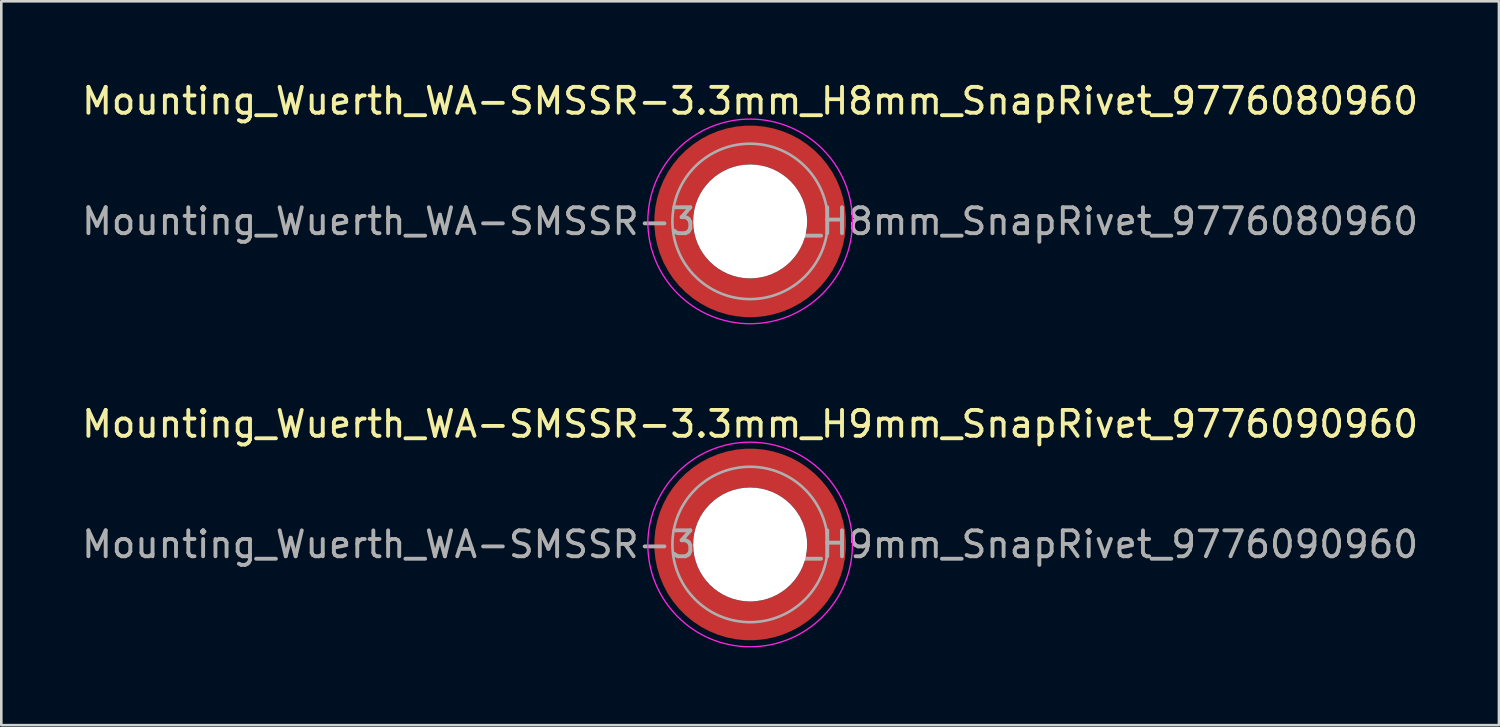
<source format=kicad_pcb>
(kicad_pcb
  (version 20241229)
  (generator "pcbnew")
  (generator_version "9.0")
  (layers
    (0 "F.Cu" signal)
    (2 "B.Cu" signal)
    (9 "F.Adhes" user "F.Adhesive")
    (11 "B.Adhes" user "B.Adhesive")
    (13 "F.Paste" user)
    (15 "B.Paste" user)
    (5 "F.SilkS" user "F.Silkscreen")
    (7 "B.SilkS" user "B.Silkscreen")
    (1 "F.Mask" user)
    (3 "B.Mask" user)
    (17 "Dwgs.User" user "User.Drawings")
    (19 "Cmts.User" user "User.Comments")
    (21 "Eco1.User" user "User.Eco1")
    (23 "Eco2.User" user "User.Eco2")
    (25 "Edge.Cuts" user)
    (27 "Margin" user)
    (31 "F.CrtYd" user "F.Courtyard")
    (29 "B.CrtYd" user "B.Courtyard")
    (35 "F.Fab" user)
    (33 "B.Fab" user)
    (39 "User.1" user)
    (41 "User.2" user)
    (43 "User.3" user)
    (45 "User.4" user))
  (footprint "Mounting_Wuerth_WA-SMSSR-3.3mm_H9mm_SnapRivet_9776090960"
    (layer "F.Cu")
    (at 25.911 17.971)
    (property "Reference" "Mounting_Wuerth_WA-SMSSR-3.3mm_H9mm_SnapRivet_9776090960" (at 0 -4.65 0) (layer "F.SilkS") (effects (font (size 1 1) (thickness 0.15))))
    (attr smd)
    (fp_circle (center 0 0) (end 3.95 0) (stroke (width 0.05) (type solid)) (fill no) (layer "F.CrtYd"))
    (fp_circle (center 0 0) (end 3 0) (stroke (width 0.1) (type solid)) (fill no) (layer "F.Fab"))
    (fp_text user "${REFERENCE}" (at 0 0 0) (layer "F.Fab") (effects (font (size 1 1) (thickness 0.15))))
    (pad "" smd custom (at -2.077 -2.077) (size 0.995 0.995) (layers "F.Paste") (options (anchor circle)) (primitives (gr_arc (start -0.208831 1.577126) (mid 0.422496 0.422496) (end 1.577126 -0.208831) (width 0.2)) (gr_arc (start -0.310669 1.577126) (mid 0.35208 0.35208) (end 1.577126 -0.310669) (width 0.2)) (gr_arc (start -0.412325 1.577126) (mid 0.281664 0.281664) (end 1.577126 -0.412325) (width 0.2)) (gr_arc (start -0.51382 1.577126) (mid 0.211248 0.211248) (end 1.577126 -0.51382) (width 0.2)) (gr_arc (start -0.615172 1.577126) (mid 0.140832 0.140832) (end 1.577126 -0.615172) (width 0.2)) (gr_arc (start -0.716397 1.577126) (mid 0.070416 0.070416) (end 1.577126 -0.716397) (width 0.2)) (gr_arc (start -0.817508 1.577126) (mid 0 0) (end 1.577126 -0.817508) (width 0.2)) (gr_arc (start -0.918517 1.577126) (mid -0.070416 -0.070416) (end 1.577126 -0.918517) (width 0.2)) (gr_arc (start -1.019433 1.577126) (mid -0.140832 -0.140832) (end 1.577126 -1.019433) (width 0.2)) (gr_arc (start -1.120266 1.577126) (mid -0.211248 -0.211248) (end 1.577126 -1.120266) (width 0.2)) (gr_arc (start -1.221022 1.577126) (mid -0.281664 -0.281664) (end 1.577126 -1.221022) (width 0.2)) (gr_arc (start -1.32171 1.577126) (mid -0.35208 -0.35208) (end 1.577126 -1.32171) (width 0.2)) (gr_arc (start -1.422335 1.577126) (mid -0.422497 -0.422497) (end 1.577126 -1.422335) (width 0.2)) (gr_line (start 1.577 -0.209) (end 1.577 -1.422) (width 0.2)) (gr_line (start -0.209 1.577) (end -1.422 1.577) (width 0.2))))
    (pad "" smd custom (at -2.077 2.077) (size 0.995 0.995) (layers "F.Paste") (options (anchor circle)) (primitives (gr_arc (start 1.577126 0.208831) (mid 0.422496 -0.422496) (end -0.208831 -1.577126) (width 0.2)) (gr_arc (start 1.577126 0.310669) (mid 0.35208 -0.35208) (end -0.310669 -1.577126) (width 0.2)) (gr_arc (start 1.577126 0.412325) (mid 0.281664 -0.281664) (end -0.412325 -1.577126) (width 0.2)) (gr_arc (start 1.577126 0.51382) (mid 0.211248 -0.211248) (end -0.51382 -1.577126) (width 0.2)) (gr_arc (start 1.577126 0.615172) (mid 0.140832 -0.140832) (end -0.615172 -1.577126) (width 0.2)) (gr_arc (start 1.577126 0.716397) (mid 0.070416 -0.070416) (end -0.716397 -1.577126) (width 0.2)) (gr_arc (start 1.577126 0.817508) (mid 0 0) (end -0.817508 -1.577126) (width 0.2)) (gr_arc (start 1.577126 0.918517) (mid -0.070416 0.070416) (end -0.918517 -1.577126) (width 0.2)) (gr_arc (start 1.577126 1.019433) (mid -0.140832 0.140832) (end -1.019433 -1.577126) (width 0.2)) (gr_arc (start 1.577126 1.120266) (mid -0.211248 0.211248) (end -1.120266 -1.577126) (width 0.2)) (gr_arc (start 1.577126 1.221022) (mid -0.281664 0.281664) (end -1.221022 -1.577126) (width 0.2)) (gr_arc (start 1.577126 1.32171) (mid -0.35208 0.35208) (end -1.32171 -1.577126) (width 0.2)) (gr_arc (start 1.577126 1.422335) (mid -0.422497 0.422497) (end -1.422335 -1.577126) (width 0.2)) (gr_line (start -0.209 -1.577) (end -1.422 -1.577) (width 0.2)) (gr_line (start 1.577 0.209) (end 1.577 1.422) (width 0.2))))
    (pad "" np_thru_hole circle (at 0 0) (size 4.4 4.4) (drill 4.4) (layers "*.Cu" "*.Mask"))
    (pad "" smd custom (at 2.077 -2.077) (size 0.995 0.995) (layers "F.Paste") (options (anchor circle)) (primitives (gr_arc (start -1.577126 -0.208831) (mid -0.422496 0.422496) (end 0.208831 1.577126) (width 0.2)) (gr_arc (start -1.577126 -0.310669) (mid -0.35208 0.35208) (end 0.310669 1.577126) (width 0.2)) (gr_arc (start -1.577126 -0.412325) (mid -0.281664 0.281664) (end 0.412325 1.577126) (width 0.2)) (gr_arc (start -1.577126 -0.51382) (mid -0.211248 0.211248) (end 0.51382 1.577126) (width 0.2)) (gr_arc (start -1.577126 -0.615172) (mid -0.140832 0.140832) (end 0.615172 1.577126) (width 0.2)) (gr_arc (start -1.577126 -0.716397) (mid -0.070416 0.070416) (end 0.716397 1.577126) (width 0.2)) (gr_arc (start -1.577126 -0.817508) (mid 0 0) (end 0.817508 1.577126) (width 0.2)) (gr_arc (start -1.577126 -0.918517) (mid 0.070416 -0.070416) (end 0.918517 1.577126) (width 0.2)) (gr_arc (start -1.577126 -1.019433) (mid 0.140832 -0.140832) (end 1.019433 1.577126) (width 0.2)) (gr_arc (start -1.577126 -1.120266) (mid 0.211248 -0.211248) (end 1.120266 1.577126) (width 0.2)) (gr_arc (start -1.577126 -1.221022) (mid 0.281664 -0.281664) (end 1.221022 1.577126) (width 0.2)) (gr_arc (start -1.577126 -1.32171) (mid 0.35208 -0.35208) (end 1.32171 1.577126) (width 0.2)) (gr_arc (start -1.577126 -1.422335) (mid 0.422497 -0.422497) (end 1.422335 1.577126) (width 0.2)) (gr_line (start 0.209 1.577) (end 1.422 1.577) (width 0.2)) (gr_line (start -1.577 -0.209) (end -1.577 -1.422) (width 0.2))))
    (pad "" smd custom (at 2.077 2.077) (size 0.995 0.995) (layers "F.Paste") (options (anchor circle)) (primitives (gr_arc (start 0.208831 -1.577126) (mid -0.422496 -0.422496) (end -1.577126 0.208831) (width 0.2)) (gr_arc (start 0.310669 -1.577126) (mid -0.35208 -0.35208) (end -1.577126 0.310669) (width 0.2)) (gr_arc (start 0.412325 -1.577126) (mid -0.281664 -0.281664) (end -1.577126 0.412325) (width 0.2)) (gr_arc (start 0.51382 -1.577126) (mid -0.211248 -0.211248) (end -1.577126 0.51382) (width 0.2)) (gr_arc (start 0.615172 -1.577126) (mid -0.140832 -0.140832) (end -1.577126 0.615172) (width 0.2)) (gr_arc (start 0.716397 -1.577126) (mid -0.070416 -0.070416) (end -1.577126 0.716397) (width 0.2)) (gr_arc (start 0.817508 -1.577126) (mid 0 0) (end -1.577126 0.817508) (width 0.2)) (gr_arc (start 0.918517 -1.577126) (mid 0.070416 0.070416) (end -1.577126 0.918517) (width 0.2)) (gr_arc (start 1.019433 -1.577126) (mid 0.140832 0.140832) (end -1.577126 1.019433) (width 0.2)) (gr_arc (start 1.120266 -1.577126) (mid 0.211248 0.211248) (end -1.577126 1.120266) (width 0.2)) (gr_arc (start 1.221022 -1.577126) (mid 0.281664 0.281664) (end -1.577126 1.221022) (width 0.2)) (gr_arc (start 1.32171 -1.577126) (mid 0.35208 0.35208) (end -1.577126 1.32171) (width 0.2)) (gr_arc (start 1.422335 -1.577126) (mid 0.422497 0.422497) (end -1.577126 1.422335) (width 0.2)) (gr_line (start -1.577 0.209) (end -1.577 1.422) (width 0.2)) (gr_line (start 0.209 -1.577) (end 1.422 -1.577) (width 0.2))))
    (pad "1" smd circle (at -2.95 0) (size 1.1 1.1) (layers "F.Cu"))
    (pad "1" smd circle (at 0 -2.95) (size 1.1 1.1) (layers "F.Cu"))
    (pad "1" smd circle (at 0 2.95) (size 1.1 1.1) (layers "F.Cu"))
    (pad "1" smd custom (at 2.95 0) (size 1.1 1.1) (layers "F.Cu" "F.Mask") (options (anchor circle)) (primitives (gr_circle (center -2.95 0) (end 0 0) (width 1.5) (fill no)))))
  (footprint "Mounting_Wuerth_WA-SMSSR-3.3mm_H8mm_SnapRivet_9776080960"
    (layer "F.Cu")
    (at 25.911 5.498)
    (property "Reference" "Mounting_Wuerth_WA-SMSSR-3.3mm_H8mm_SnapRivet_9776080960" (at 0 -4.65 0) (layer "F.SilkS") (effects (font (size 1 1) (thickness 0.15))))
    (attr smd)
    (fp_circle (center 0 0) (end 3.95 0) (stroke (width 0.05) (type solid)) (fill no) (layer "F.CrtYd"))
    (fp_circle (center 0 0) (end 3 0) (stroke (width 0.1) (type solid)) (fill no) (layer "F.Fab"))
    (fp_text user "${REFERENCE}" (at 0 0 0) (layer "F.Fab") (effects (font (size 1 1) (thickness 0.15))))
    (pad "" smd custom (at -2.077 -2.077) (size 0.995 0.995) (layers "F.Paste") (options (anchor circle)) (primitives (gr_arc (start -0.208831 1.577126) (mid 0.422496 0.422496) (end 1.577126 -0.208831) (width 0.2)) (gr_arc (start -0.310669 1.577126) (mid 0.35208 0.35208) (end 1.577126 -0.310669) (width 0.2)) (gr_arc (start -0.412325 1.577126) (mid 0.281664 0.281664) (end 1.577126 -0.412325) (width 0.2)) (gr_arc (start -0.51382 1.577126) (mid 0.211248 0.211248) (end 1.577126 -0.51382) (width 0.2)) (gr_arc (start -0.615172 1.577126) (mid 0.140832 0.140832) (end 1.577126 -0.615172) (width 0.2)) (gr_arc (start -0.716397 1.577126) (mid 0.070416 0.070416) (end 1.577126 -0.716397) (width 0.2)) (gr_arc (start -0.817508 1.577126) (mid 0 0) (end 1.577126 -0.817508) (width 0.2)) (gr_arc (start -0.918517 1.577126) (mid -0.070416 -0.070416) (end 1.577126 -0.918517) (width 0.2)) (gr_arc (start -1.019433 1.577126) (mid -0.140832 -0.140832) (end 1.577126 -1.019433) (width 0.2)) (gr_arc (start -1.120266 1.577126) (mid -0.211248 -0.211248) (end 1.577126 -1.120266) (width 0.2)) (gr_arc (start -1.221022 1.577126) (mid -0.281664 -0.281664) (end 1.577126 -1.221022) (width 0.2)) (gr_arc (start -1.32171 1.577126) (mid -0.35208 -0.35208) (end 1.577126 -1.32171) (width 0.2)) (gr_arc (start -1.422335 1.577126) (mid -0.422497 -0.422497) (end 1.577126 -1.422335) (width 0.2)) (gr_line (start 1.577 -0.209) (end 1.577 -1.422) (width 0.2)) (gr_line (start -0.209 1.577) (end -1.422 1.577) (width 0.2))))
    (pad "" smd custom (at -2.077 2.077) (size 0.995 0.995) (layers "F.Paste") (options (anchor circle)) (primitives (gr_arc (start 1.577126 0.208831) (mid 0.422496 -0.422496) (end -0.208831 -1.577126) (width 0.2)) (gr_arc (start 1.577126 0.310669) (mid 0.35208 -0.35208) (end -0.310669 -1.577126) (width 0.2)) (gr_arc (start 1.577126 0.412325) (mid 0.281664 -0.281664) (end -0.412325 -1.577126) (width 0.2)) (gr_arc (start 1.577126 0.51382) (mid 0.211248 -0.211248) (end -0.51382 -1.577126) (width 0.2)) (gr_arc (start 1.577126 0.615172) (mid 0.140832 -0.140832) (end -0.615172 -1.577126) (width 0.2)) (gr_arc (start 1.577126 0.716397) (mid 0.070416 -0.070416) (end -0.716397 -1.577126) (width 0.2)) (gr_arc (start 1.577126 0.817508) (mid 0 0) (end -0.817508 -1.577126) (width 0.2)) (gr_arc (start 1.577126 0.918517) (mid -0.070416 0.070416) (end -0.918517 -1.577126) (width 0.2)) (gr_arc (start 1.577126 1.019433) (mid -0.140832 0.140832) (end -1.019433 -1.577126) (width 0.2)) (gr_arc (start 1.577126 1.120266) (mid -0.211248 0.211248) (end -1.120266 -1.577126) (width 0.2)) (gr_arc (start 1.577126 1.221022) (mid -0.281664 0.281664) (end -1.221022 -1.577126) (width 0.2)) (gr_arc (start 1.577126 1.32171) (mid -0.35208 0.35208) (end -1.32171 -1.577126) (width 0.2)) (gr_arc (start 1.577126 1.422335) (mid -0.422497 0.422497) (end -1.422335 -1.577126) (width 0.2)) (gr_line (start -0.209 -1.577) (end -1.422 -1.577) (width 0.2)) (gr_line (start 1.577 0.209) (end 1.577 1.422) (width 0.2))))
    (pad "" np_thru_hole circle (at 0 0) (size 4.4 4.4) (drill 4.4) (layers "*.Cu" "*.Mask"))
    (pad "" smd custom (at 2.077 -2.077) (size 0.995 0.995) (layers "F.Paste") (options (anchor circle)) (primitives (gr_arc (start -1.577126 -0.208831) (mid -0.422496 0.422496) (end 0.208831 1.577126) (width 0.2)) (gr_arc (start -1.577126 -0.310669) (mid -0.35208 0.35208) (end 0.310669 1.577126) (width 0.2)) (gr_arc (start -1.577126 -0.412325) (mid -0.281664 0.281664) (end 0.412325 1.577126) (width 0.2)) (gr_arc (start -1.577126 -0.51382) (mid -0.211248 0.211248) (end 0.51382 1.577126) (width 0.2)) (gr_arc (start -1.577126 -0.615172) (mid -0.140832 0.140832) (end 0.615172 1.577126) (width 0.2)) (gr_arc (start -1.577126 -0.716397) (mid -0.070416 0.070416) (end 0.716397 1.577126) (width 0.2)) (gr_arc (start -1.577126 -0.817508) (mid 0 0) (end 0.817508 1.577126) (width 0.2)) (gr_arc (start -1.577126 -0.918517) (mid 0.070416 -0.070416) (end 0.918517 1.577126) (width 0.2)) (gr_arc (start -1.577126 -1.019433) (mid 0.140832 -0.140832) (end 1.019433 1.577126) (width 0.2)) (gr_arc (start -1.577126 -1.120266) (mid 0.211248 -0.211248) (end 1.120266 1.577126) (width 0.2)) (gr_arc (start -1.577126 -1.221022) (mid 0.281664 -0.281664) (end 1.221022 1.577126) (width 0.2)) (gr_arc (start -1.577126 -1.32171) (mid 0.35208 -0.35208) (end 1.32171 1.577126) (width 0.2)) (gr_arc (start -1.577126 -1.422335) (mid 0.422497 -0.422497) (end 1.422335 1.577126) (width 0.2)) (gr_line (start 0.209 1.577) (end 1.422 1.577) (width 0.2)) (gr_line (start -1.577 -0.209) (end -1.577 -1.422) (width 0.2))))
    (pad "" smd custom (at 2.077 2.077) (size 0.995 0.995) (layers "F.Paste") (options (anchor circle)) (primitives (gr_arc (start 0.208831 -1.577126) (mid -0.422496 -0.422496) (end -1.577126 0.208831) (width 0.2)) (gr_arc (start 0.310669 -1.577126) (mid -0.35208 -0.35208) (end -1.577126 0.310669) (width 0.2)) (gr_arc (start 0.412325 -1.577126) (mid -0.281664 -0.281664) (end -1.577126 0.412325) (width 0.2)) (gr_arc (start 0.51382 -1.577126) (mid -0.211248 -0.211248) (end -1.577126 0.51382) (width 0.2)) (gr_arc (start 0.615172 -1.577126) (mid -0.140832 -0.140832) (end -1.577126 0.615172) (width 0.2)) (gr_arc (start 0.716397 -1.577126) (mid -0.070416 -0.070416) (end -1.577126 0.716397) (width 0.2)) (gr_arc (start 0.817508 -1.577126) (mid 0 0) (end -1.577126 0.817508) (width 0.2)) (gr_arc (start 0.918517 -1.577126) (mid 0.070416 0.070416) (end -1.577126 0.918517) (width 0.2)) (gr_arc (start 1.019433 -1.577126) (mid 0.140832 0.140832) (end -1.577126 1.019433) (width 0.2)) (gr_arc (start 1.120266 -1.577126) (mid 0.211248 0.211248) (end -1.577126 1.120266) (width 0.2)) (gr_arc (start 1.221022 -1.577126) (mid 0.281664 0.281664) (end -1.577126 1.221022) (width 0.2)) (gr_arc (start 1.32171 -1.577126) (mid 0.35208 0.35208) (end -1.577126 1.32171) (width 0.2)) (gr_arc (start 1.422335 -1.577126) (mid 0.422497 0.422497) (end -1.577126 1.422335) (width 0.2)) (gr_line (start -1.577 0.209) (end -1.577 1.422) (width 0.2)) (gr_line (start 0.209 -1.577) (end 1.422 -1.577) (width 0.2))))
    (pad "1" smd circle (at -2.95 0) (size 1.1 1.1) (layers "F.Cu"))
    (pad "1" smd circle (at 0 -2.95) (size 1.1 1.1) (layers "F.Cu"))
    (pad "1" smd circle (at 0 2.95) (size 1.1 1.1) (layers "F.Cu"))
    (pad "1" smd custom (at 2.95 0) (size 1.1 1.1) (layers "F.Cu" "F.Mask") (options (anchor circle)) (primitives (gr_circle (center -2.95 0) (end 0 0) (width 1.5) (fill no)))))
  (gr_rect
    (start -3 -3)
    (end 54.821 24.947)
    (stroke (width 0.1) (type default))
    (fill no)
    (layer "Edge.Cuts")))
</source>
